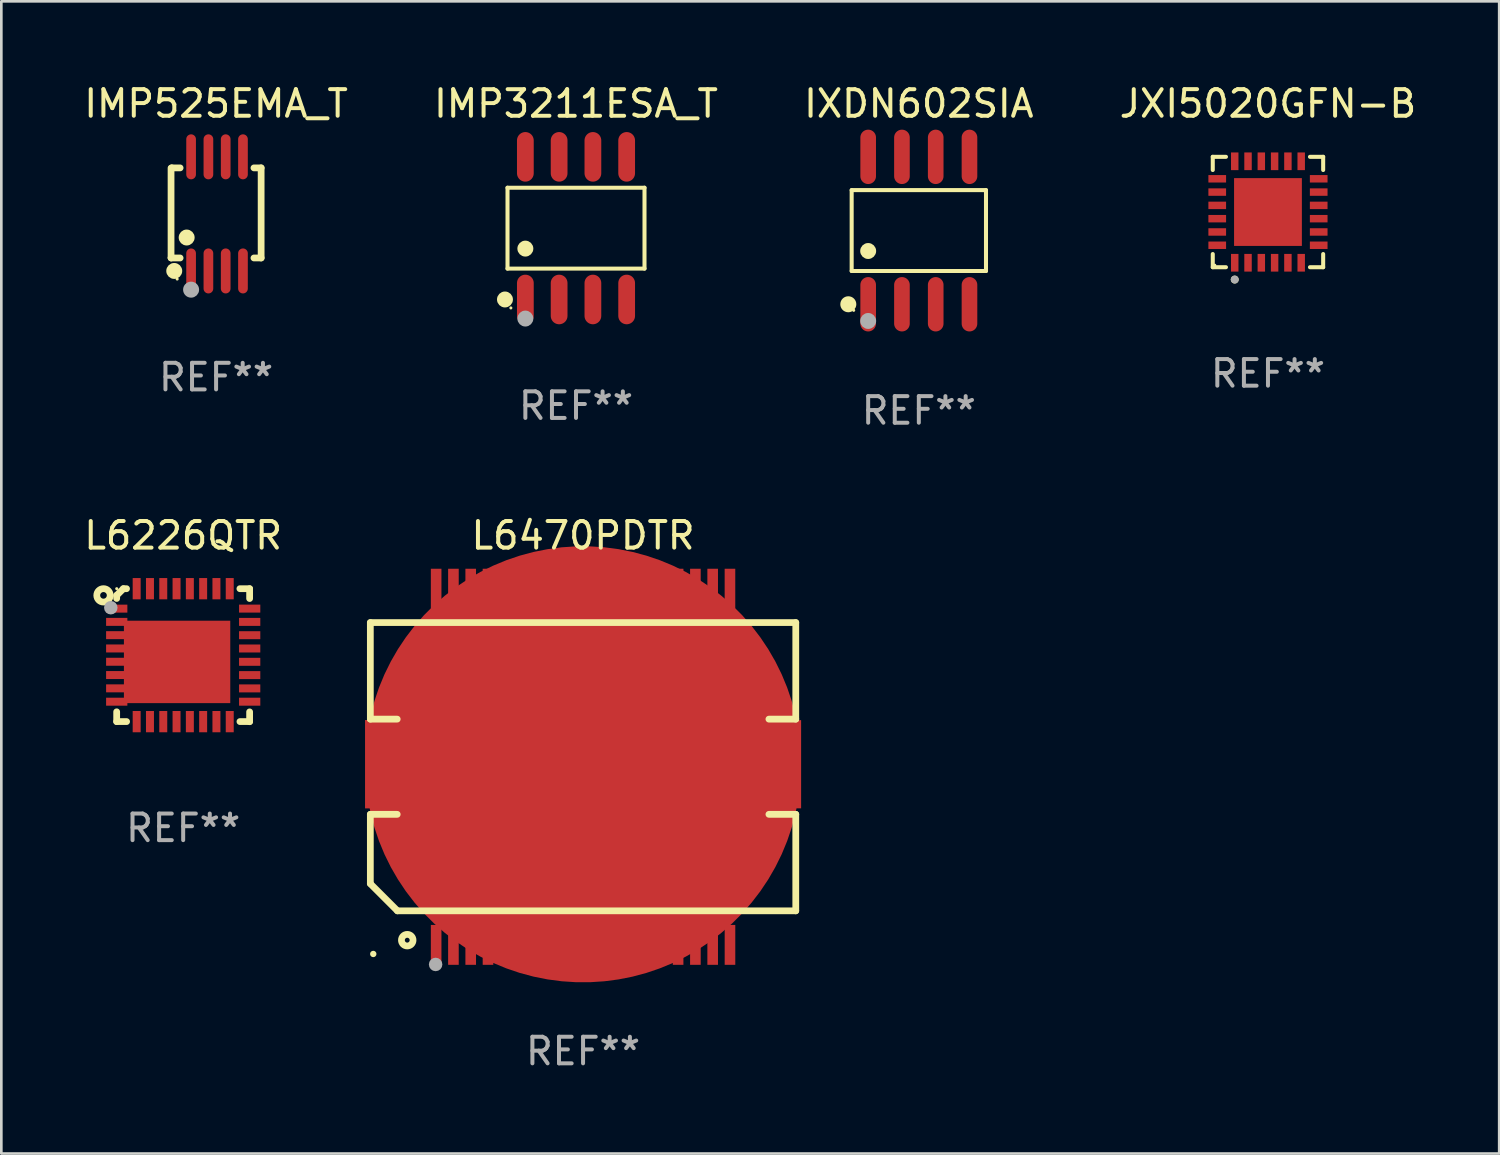
<source format=kicad_pcb>
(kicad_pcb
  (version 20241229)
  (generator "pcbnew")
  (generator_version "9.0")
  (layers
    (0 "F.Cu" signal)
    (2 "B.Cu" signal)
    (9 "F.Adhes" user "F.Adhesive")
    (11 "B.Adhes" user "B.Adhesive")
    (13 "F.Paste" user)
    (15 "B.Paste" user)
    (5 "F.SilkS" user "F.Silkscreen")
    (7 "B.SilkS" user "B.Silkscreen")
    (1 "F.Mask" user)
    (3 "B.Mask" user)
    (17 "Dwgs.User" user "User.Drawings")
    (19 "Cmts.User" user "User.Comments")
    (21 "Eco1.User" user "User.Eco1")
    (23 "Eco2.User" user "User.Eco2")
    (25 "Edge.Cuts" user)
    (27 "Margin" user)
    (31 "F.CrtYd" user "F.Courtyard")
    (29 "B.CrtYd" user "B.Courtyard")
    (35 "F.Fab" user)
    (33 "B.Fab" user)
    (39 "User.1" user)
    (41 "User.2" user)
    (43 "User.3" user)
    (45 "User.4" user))
  (footprint "JXI5020GFN-B"
    (layer "F.Cu")
    (at 44.637 4.924)
    (property "Reference" "JXI5020GFN-B" (at 0 -4.076 0) (layer "F.SilkS") (effects (font (size 1 1) (thickness 0.15))))
    (attr through_hole)
    (fp_line (start -2.076 -2.076) (end -1.58 -2.076) (stroke (width 0.152) (type solid)) (layer "F.SilkS"))
    (fp_line (start -2.076 -1.58) (end -2.076 -2.076) (stroke (width 0.152) (type solid)) (layer "F.SilkS"))
    (fp_line (start -2.076 1.58) (end -2.076 2.076) (stroke (width 0.152) (type solid)) (layer "F.SilkS"))
    (fp_line (start -2.076 2.076) (end -1.58 2.076) (stroke (width 0.152) (type solid)) (layer "F.SilkS"))
    (fp_line (start 2.076 -2.076) (end 1.58 -2.076) (stroke (width 0.152) (type solid)) (layer "F.SilkS"))
    (fp_line (start 2.076 -1.58) (end 2.076 -2.076) (stroke (width 0.152) (type solid)) (layer "F.SilkS"))
    (fp_line (start 2.076 1.58) (end 2.076 2.076) (stroke (width 0.152) (type solid)) (layer "F.SilkS"))
    (fp_line (start 2.076 2.076) (end 1.58 2.076) (stroke (width 0.152) (type solid)) (layer "F.SilkS"))
    (fp_circle (center -2 2) (end -1.97 2) (stroke (width 0.06) (type solid)) (fill no) (layer "F.SilkS"))
    (fp_circle (center -1.25 2.54) (end -1.175 2.54) (stroke (width 0.15) (type solid)) (fill no) (layer "F.SilkS"))
    (fp_circle (center -1.25 2.54) (end -1.175 2.54) (stroke (width 0.15) (type solid)) (fill no) (layer "F.Fab"))
    (fp_text user "REF**" (at 0 6.076 0) (layer "F.Fab") (effects (font (size 1 1) (thickness 0.15))))
    (pad "1" smd rect (at -1.25 1.908) (size 0.28 0.665) (layers "F.Cu" "F.Mask" "F.Paste"))
    (pad "2" smd rect (at -0.75 1.908) (size 0.28 0.665) (layers "F.Cu" "F.Mask" "F.Paste"))
    (pad "3" smd rect (at -0.25 1.908) (size 0.28 0.665) (layers "F.Cu" "F.Mask" "F.Paste"))
    (pad "4" smd rect (at 0.25 1.908) (size 0.28 0.665) (layers "F.Cu" "F.Mask" "F.Paste"))
    (pad "5" smd rect (at 0.75 1.908) (size 0.28 0.665) (layers "F.Cu" "F.Mask" "F.Paste"))
    (pad "6" smd rect (at 1.25 1.908) (size 0.28 0.665) (layers "F.Cu" "F.Mask" "F.Paste"))
    (pad "7" smd rect (at 1.908 1.25) (size 0.665 0.28) (layers "F.Cu" "F.Mask" "F.Paste"))
    (pad "8" smd rect (at 1.908 0.75) (size 0.665 0.28) (layers "F.Cu" "F.Mask" "F.Paste"))
    (pad "9" smd rect (at 1.908 0.25) (size 0.665 0.28) (layers "F.Cu" "F.Mask" "F.Paste"))
    (pad "10" smd rect (at 1.908 -0.25) (size 0.665 0.28) (layers "F.Cu" "F.Mask" "F.Paste"))
    (pad "11" smd rect (at 1.908 -0.75) (size 0.665 0.28) (layers "F.Cu" "F.Mask" "F.Paste"))
    (pad "12" smd rect (at 1.908 -1.25) (size 0.665 0.28) (layers "F.Cu" "F.Mask" "F.Paste"))
    (pad "13" smd rect (at 1.25 -1.908) (size 0.28 0.665) (layers "F.Cu" "F.Mask" "F.Paste"))
    (pad "14" smd rect (at 0.75 -1.908) (size 0.28 0.665) (layers "F.Cu" "F.Mask" "F.Paste"))
    (pad "15" smd rect (at 0.25 -1.908) (size 0.28 0.665) (layers "F.Cu" "F.Mask" "F.Paste"))
    (pad "16" smd rect (at -0.25 -1.908) (size 0.28 0.665) (layers "F.Cu" "F.Mask" "F.Paste"))
    (pad "17" smd rect (at -0.75 -1.908) (size 0.28 0.665) (layers "F.Cu" "F.Mask" "F.Paste"))
    (pad "18" smd rect (at -1.25 -1.908) (size 0.28 0.665) (layers "F.Cu" "F.Mask" "F.Paste"))
    (pad "19" smd rect (at -1.908 -1.25) (size 0.665 0.28) (layers "F.Cu" "F.Mask" "F.Paste"))
    (pad "20" smd rect (at -1.908 -0.75) (size 0.665 0.28) (layers "F.Cu" "F.Mask" "F.Paste"))
    (pad "21" smd rect (at -1.908 -0.25) (size 0.665 0.28) (layers "F.Cu" "F.Mask" "F.Paste"))
    (pad "22" smd rect (at -1.908 0.25) (size 0.665 0.28) (layers "F.Cu" "F.Mask" "F.Paste"))
    (pad "23" smd rect (at -1.908 0.75) (size 0.665 0.28) (layers "F.Cu" "F.Mask" "F.Paste"))
    (pad "24" smd rect (at -1.908 1.25) (size 0.665 0.28) (layers "F.Cu" "F.Mask" "F.Paste"))
    (pad "25" smd rect (at 0 0) (size 2.55 2.55) (layers "F.Cu" "F.Mask" "F.Paste")))
  (footprint "IMP3211ESA_T"
    (layer "F.Cu")
    (at 18.613 5.531)
    (property "Reference" "IMP3211ESA_T" (at 0 -4.682 0) (layer "F.SilkS") (effects (font (size 1 1) (thickness 0.15))))
    (attr through_hole)
    (fp_line (start -2.576 -1.521) (end 2.576 -1.521) (stroke (width 0.152) (type solid)) (layer "F.SilkS"))
    (fp_line (start -2.576 1.521) (end -2.576 -1.521) (stroke (width 0.152) (type solid)) (layer "F.SilkS"))
    (fp_line (start 2.576 -1.521) (end 2.576 1.521) (stroke (width 0.152) (type solid)) (layer "F.SilkS"))
    (fp_line (start 2.576 1.521) (end -2.576 1.521) (stroke (width 0.152) (type solid)) (layer "F.SilkS"))
    (fp_circle (center -2.672 2.682) (end -2.522 2.682) (stroke (width 0.3) (type solid)) (fill no) (layer "F.SilkS"))
    (fp_circle (center -2.45 3) (end -2.42 3) (stroke (width 0.06) (type solid)) (fill no) (layer "F.SilkS"))
    (fp_circle (center -1.905 0.769) (end -1.755 0.769) (stroke (width 0.3) (type solid)) (fill no) (layer "F.SilkS"))
    (fp_circle (center -1.905 3.4) (end -1.755 3.4) (stroke (width 0.3) (type solid)) (fill no) (layer "F.Fab"))
    (fp_text user "REF**" (at 0 6.682 0) (layer "F.Fab") (effects (font (size 1 1) (thickness 0.15))))
    (pad "1" smd oval (at -1.905 2.682) (size 0.63 1.865) (layers "F.Cu" "F.Mask" "F.Paste"))
    (pad "2" smd oval (at -0.635 2.682) (size 0.63 1.865) (layers "F.Cu" "F.Mask" "F.Paste"))
    (pad "3" smd oval (at 0.635 2.682) (size 0.63 1.865) (layers "F.Cu" "F.Mask" "F.Paste"))
    (pad "4" smd oval (at 1.905 2.682) (size 0.63 1.865) (layers "F.Cu" "F.Mask" "F.Paste"))
    (pad "5" smd oval (at 1.905 -2.682) (size 0.63 1.865) (layers "F.Cu" "F.Mask" "F.Paste"))
    (pad "6" smd oval (at 0.635 -2.682) (size 0.63 1.865) (layers "F.Cu" "F.Mask" "F.Paste"))
    (pad "7" smd oval (at -0.635 -2.682) (size 0.63 1.865) (layers "F.Cu" "F.Mask" "F.Paste"))
    (pad "8" smd oval (at -1.905 -2.682) (size 0.63 1.865) (layers "F.Cu" "F.Mask" "F.Paste")))
  (footprint "L6226QTR"
    (layer "F.Cu")
    (at 3.839 21.591)
    (property "Reference" "L6226QTR" (at 0 -4.501 0) (layer "F.SilkS") (effects (font (size 1 1) (thickness 0.15))))
    (attr through_hole)
    (fp_line (start -2.501 -2.133) (end -2.501 -2.251) (stroke (width 0.254) (type solid)) (layer "F.SilkS"))
    (fp_line (start -2.501 2.497) (end -2.501 2.129) (stroke (width 0.254) (type solid)) (layer "F.SilkS"))
    (fp_line (start -2.501 2.497) (end -2.128 2.497) (stroke (width 0.254) (type solid)) (layer "F.SilkS"))
    (fp_line (start -2.249 -2.501) (end -2.499 -2.251) (stroke (width 0.254) (type solid)) (layer "F.SilkS"))
    (fp_line (start -2.13 -2.501) (end -2.249 -2.501) (stroke (width 0.254) (type solid)) (layer "F.SilkS"))
    (fp_line (start 2.135 2.497) (end 2.499 2.497) (stroke (width 0.254) (type solid)) (layer "F.SilkS"))
    (fp_line (start 2.499 -2.501) (end 2.133 -2.501) (stroke (width 0.254) (type solid)) (layer "F.SilkS"))
    (fp_line (start 2.499 -2.501) (end 2.499 -2.131) (stroke (width 0.254) (type solid)) (layer "F.SilkS"))
    (fp_line (start 2.499 2.132) (end 2.499 2.501) (stroke (width 0.254) (type solid)) (layer "F.SilkS"))
    (fp_circle (center -2.997 -2.25) (end -2.872 -2.25) (stroke (width 0.254) (type solid)) (fill no) (layer "F.SilkS"))
    (fp_circle (center -2.499 -2.501) (end -2.469 -2.501) (stroke (width 0.06) (type solid)) (fill no) (layer "F.SilkS"))
    (fp_circle (center -2.722 -1.786) (end -2.595 -1.786) (stroke (width 0.254) (type solid)) (fill no) (layer "F.Fab"))
    (fp_text user "REF**" (at 0 6.501 0) (layer "F.Fab") (effects (font (size 1 1) (thickness 0.15))))
    (pad "1" smd rect (at -2.499 -1.751 90) (size 0.3 0.8) (layers "F.Cu" "F.Mask" "F.Paste"))
    (pad "2" smd rect (at -2.499 -1.253 90) (size 0.3 0.8) (layers "F.Cu" "F.Mask" "F.Paste"))
    (pad "3" smd rect (at -2.499 -0.753 90) (size 0.3 0.8) (layers "F.Cu" "F.Mask" "F.Paste"))
    (pad "4" smd rect (at -2.499 -0.253 90) (size 0.3 0.8) (layers "F.Cu" "F.Mask" "F.Paste"))
    (pad "5" smd rect (at -2.499 0.247 90) (size 0.3 0.8) (layers "F.Cu" "F.Mask" "F.Paste"))
    (pad "6" smd rect (at -2.499 0.747 90) (size 0.3 0.8) (layers "F.Cu" "F.Mask" "F.Paste"))
    (pad "7" smd rect (at -2.499 1.247 90) (size 0.3 0.8) (layers "F.Cu" "F.Mask" "F.Paste"))
    (pad "8" smd rect (at -2.499 1.749 90) (size 0.3 0.8) (layers "F.Cu" "F.Mask" "F.Paste"))
    (pad "9" smd rect (at -1.749 2.499 180) (size 0.3 0.8) (layers "F.Cu" "F.Mask" "F.Paste"))
    (pad "10" smd rect (at -1.249 2.499 180) (size 0.3 0.8) (layers "F.Cu" "F.Mask" "F.Paste"))
    (pad "11" smd rect (at -0.749 2.499 180) (size 0.3 0.8) (layers "F.Cu" "F.Mask" "F.Paste"))
    (pad "12" smd rect (at -0.249 2.499 180) (size 0.3 0.8) (layers "F.Cu" "F.Mask" "F.Paste"))
    (pad "13" smd rect (at 0.251 2.499 180) (size 0.3 0.8) (layers "F.Cu" "F.Mask" "F.Paste"))
    (pad "14" smd rect (at 0.751 2.499 180) (size 0.3 0.8) (layers "F.Cu" "F.Mask" "F.Paste"))
    (pad "15" smd rect (at 1.251 2.499 180) (size 0.3 0.8) (layers "F.Cu" "F.Mask" "F.Paste"))
    (pad "16" smd rect (at 1.751 2.499 180) (size 0.3 0.8) (layers "F.Cu" "F.Mask" "F.Paste"))
    (pad "17" smd rect (at 2.501 1.749 270) (size 0.3 0.8) (layers "F.Cu" "F.Mask" "F.Paste"))
    (pad "18" smd rect (at 2.501 1.249 270) (size 0.3 0.8) (layers "F.Cu" "F.Mask" "F.Paste"))
    (pad "19" smd rect (at 2.501 0.749 270) (size 0.3 0.8) (layers "F.Cu" "F.Mask" "F.Paste"))
    (pad "20" smd rect (at 2.501 0.249 270) (size 0.3 0.8) (layers "F.Cu" "F.Mask" "F.Paste"))
    (pad "21" smd rect (at 2.501 -0.252 270) (size 0.3 0.8) (layers "F.Cu" "F.Mask" "F.Paste"))
    (pad "22" smd rect (at 2.501 -0.752 270) (size 0.3 0.8) (layers "F.Cu" "F.Mask" "F.Paste"))
    (pad "23" smd rect (at 2.501 -1.252 270) (size 0.3 0.8) (layers "F.Cu" "F.Mask" "F.Paste"))
    (pad "24" smd rect (at 2.501 -1.752 270) (size 0.3 0.8) (layers "F.Cu" "F.Mask" "F.Paste"))
    (pad "25" smd rect (at 1.751 -2.501) (size 0.3 0.8) (layers "F.Cu" "F.Mask" "F.Paste"))
    (pad "26" smd rect (at 1.251 -2.501) (size 0.3 0.8) (layers "F.Cu" "F.Mask" "F.Paste"))
    (pad "27" smd rect (at 0.751 -2.501) (size 0.3 0.8) (layers "F.Cu" "F.Mask" "F.Paste"))
    (pad "28" smd rect (at 0.251 -2.501) (size 0.3 0.8) (layers "F.Cu" "F.Mask" "F.Paste"))
    (pad "29" smd rect (at -0.249 -2.501) (size 0.3 0.8) (layers "F.Cu" "F.Mask" "F.Paste"))
    (pad "30" smd rect (at -0.749 -2.501) (size 0.3 0.8) (layers "F.Cu" "F.Mask" "F.Paste"))
    (pad "31" smd rect (at -1.249 -2.501) (size 0.3 0.8) (layers "F.Cu" "F.Mask" "F.Paste"))
    (pad "32" smd rect (at -1.749 -2.501) (size 0.3 0.8) (layers "F.Cu" "F.Mask" "F.Paste"))
    (pad "33" smd rect (at -0.229 0.253 90) (size 3.1 4) (layers "F.Cu" "F.Mask" "F.Paste")))
  (footprint "IMP525EMA_T"
    (layer "F.Cu")
    (at 5.077 4.994)
    (property "Reference" "IMP525EMA_T" (at 0 -4.146 0) (layer "F.SilkS") (effects (font (size 1 1) (thickness 0.15))))
    (attr through_hole)
    (fp_line (start -1.694 -1.724) (end -1.694 1.652) (stroke (width 0.254) (type solid)) (layer "F.SilkS"))
    (fp_line (start -1.694 1.652) (end -1.688 1.658) (stroke (width 0.254) (type solid)) (layer "F.SilkS"))
    (fp_line (start -1.688 1.658) (end -1.353 1.658) (stroke (width 0.254) (type solid)) (layer "F.SilkS"))
    (fp_line (start -1.661 -1.73) (end -1.681 -1.71) (stroke (width 0.254) (type solid)) (layer "F.SilkS"))
    (fp_line (start -1.353 -1.73) (end -1.661 -1.73) (stroke (width 0.254) (type solid)) (layer "F.SilkS"))
    (fp_line (start 1.424 1.658) (end 1.694 1.658) (stroke (width 0.254) (type solid)) (layer "F.SilkS"))
    (fp_line (start 1.694 -1.73) (end 1.424 -1.73) (stroke (width 0.254) (type solid)) (layer "F.SilkS"))
    (fp_line (start 1.694 1.658) (end 1.694 -1.73) (stroke (width 0.254) (type solid)) (layer "F.SilkS"))
    (fp_circle (center -1.574 2.146) (end -1.424 2.146) (stroke (width 0.3) (type solid)) (fill no) (layer "F.SilkS"))
    (fp_circle (center -1.464 2.45) (end -1.434 2.45) (stroke (width 0.06) (type solid)) (fill no) (layer "F.SilkS"))
    (fp_circle (center -1.107 0.889) (end -0.957 0.889) (stroke (width 0.3) (type solid)) (fill no) (layer "F.SilkS"))
    (fp_circle (center -0.94 2.85) (end -0.789 2.85) (stroke (width 0.3) (type solid)) (fill no) (layer "F.Fab"))
    (fp_text user "REF**" (at 0 6.146 0) (layer "F.Fab") (effects (font (size 1 1) (thickness 0.15))))
    (pad "1" smd oval (at -0.94 2.146) (size 0.364 1.692) (layers "F.Cu" "F.Mask" "F.Paste"))
    (pad "2" smd oval (at -0.289 2.146) (size 0.364 1.692) (layers "F.Cu" "F.Mask" "F.Paste"))
    (pad "3" smd oval (at 0.361 2.146) (size 0.364 1.692) (layers "F.Cu" "F.Mask" "F.Paste"))
    (pad "4" smd oval (at 1.011 2.146) (size 0.364 1.692) (layers "F.Cu" "F.Mask" "F.Paste"))
    (pad "5" smd oval (at 1.011 -2.146) (size 0.364 1.692) (layers "F.Cu" "F.Mask" "F.Paste"))
    (pad "6" smd oval (at 0.361 -2.146) (size 0.364 1.692) (layers "F.Cu" "F.Mask" "F.Paste"))
    (pad "7" smd oval (at -0.289 -2.146) (size 0.364 1.692) (layers "F.Cu" "F.Mask" "F.Paste"))
    (pad "8" smd oval (at -0.94 -2.146) (size 0.364 1.692) (layers "F.Cu" "F.Mask" "F.Paste")))
  (footprint "IXDN602SIA"
    (layer "F.Cu")
    (at 31.506 5.621)
    (property "Reference" "IXDN602SIA" (at 0 -4.772 0) (layer "F.SilkS") (effects (font (size 1 1) (thickness 0.15))))
    (attr through_hole)
    (fp_line (start -2.526 -1.521) (end 2.526 -1.521) (stroke (width 0.152) (type solid)) (layer "F.SilkS"))
    (fp_line (start -2.526 1.521) (end -2.526 -1.521) (stroke (width 0.152) (type solid)) (layer "F.SilkS"))
    (fp_line (start 2.526 -1.521) (end 2.526 1.521) (stroke (width 0.152) (type solid)) (layer "F.SilkS"))
    (fp_line (start 2.526 1.521) (end -2.526 1.521) (stroke (width 0.152) (type solid)) (layer "F.SilkS"))
    (fp_circle (center -2.652 2.772) (end -2.501 2.772) (stroke (width 0.3) (type solid)) (fill no) (layer "F.SilkS"))
    (fp_circle (center -2.45 3) (end -2.42 3) (stroke (width 0.06) (type solid)) (fill no) (layer "F.SilkS"))
    (fp_circle (center -1.905 0.769) (end -1.755 0.769) (stroke (width 0.3) (type solid)) (fill no) (layer "F.SilkS"))
    (fp_circle (center -1.905 3.4) (end -1.755 3.4) (stroke (width 0.3) (type solid)) (fill no) (layer "F.Fab"))
    (fp_text user "REF**" (at 0 6.772 0) (layer "F.Fab") (effects (font (size 1 1) (thickness 0.15))))
    (pad "1" smd oval (at -1.905 2.772) (size 0.588 2.045) (layers "F.Cu" "F.Mask" "F.Paste"))
    (pad "2" smd oval (at -0.635 2.772) (size 0.588 2.045) (layers "F.Cu" "F.Mask" "F.Paste"))
    (pad "3" smd oval (at 0.635 2.772) (size 0.588 2.045) (layers "F.Cu" "F.Mask" "F.Paste"))
    (pad "4" smd oval (at 1.905 2.772) (size 0.588 2.045) (layers "F.Cu" "F.Mask" "F.Paste"))
    (pad "5" smd oval (at 1.905 -2.772) (size 0.588 2.045) (layers "F.Cu" "F.Mask" "F.Paste"))
    (pad "6" smd oval (at 0.635 -2.772) (size 0.588 2.045) (layers "F.Cu" "F.Mask" "F.Paste"))
    (pad "7" smd oval (at -0.635 -2.772) (size 0.588 2.045) (layers "F.Cu" "F.Mask" "F.Paste"))
    (pad "8" smd oval (at -1.905 -2.772) (size 0.588 2.045) (layers "F.Cu" "F.Mask" "F.Paste")))
  (footprint "L6470PDTR"
    (layer "F.Cu")
    (at 18.878 25.788)
    (property "Reference" "L6470PDTR" (at 0 -8.698 0) (layer "F.SilkS") (effects (font (size 1 1) (thickness 0.15))))
    (attr through_hole)
    (fp_line (start -8.001 4.397) (end -6.98 5.418) (stroke (width 0.254) (type solid)) (layer "F.SilkS"))
    (fp_line (start -8 -5.423) (end -8 -1.792) (stroke (width 0.254) (type solid)) (layer "F.SilkS"))
    (fp_line (start -8 -5.423) (end 8 -5.423) (stroke (width 0.254) (type solid)) (layer "F.SilkS"))
    (fp_line (start -8 -1.792) (end -6.989 -1.792) (stroke (width 0.254) (type solid)) (layer "F.SilkS"))
    (fp_line (start -8 1.788) (end -6.989 1.788) (stroke (width 0.254) (type solid)) (layer "F.SilkS"))
    (fp_line (start -8 1.788) (end -8 4.387) (stroke (width 0.254) (type solid)) (layer "F.SilkS"))
    (fp_line (start -6.98 5.418) (end 8 5.418) (stroke (width 0.254) (type solid)) (layer "F.SilkS"))
    (fp_line (start 6.99 -1.792) (end 8.001 -1.792) (stroke (width 0.254) (type solid)) (layer "F.SilkS"))
    (fp_line (start 6.99 1.788) (end 8.001 1.788) (stroke (width 0.254) (type solid)) (layer "F.SilkS"))
    (fp_line (start 8 -5.423) (end 8 -1.793) (stroke (width 0.254) (type solid)) (layer "F.SilkS"))
    (fp_line (start 8 1.788) (end 8 5.417) (stroke (width 0.254) (type solid)) (layer "F.SilkS"))
    (fp_circle (center -7.89 7.04) (end -7.83 7.04) (stroke (width 0.12) (type solid)) (fill no) (layer "F.SilkS"))
    (fp_circle (center -6.612 6.521) (end -6.394 6.521) (stroke (width 0.254) (type solid)) (fill no) (layer "F.SilkS"))
    (fp_circle (center -5.545 7.434) (end -5.418 7.434) (stroke (width 0.254) (type solid)) (fill no) (layer "F.Fab"))
    (fp_text user "REF**" (at 0 10.698 0) (layer "F.Fab") (effects (font (size 1 1) (thickness 0.15))))
    (pad "1" smd rect (at -5.525 6.698) (size 0.399 1.5) (layers "F.Cu" "F.Mask" "F.Paste"))
    (pad "2" smd rect (at -4.875 6.698) (size 0.399 1.5) (layers "F.Cu" "F.Mask" "F.Paste"))
    (pad "3" smd rect (at -4.225 6.698) (size 0.399 1.5) (layers "F.Cu" "F.Mask" "F.Paste"))
    (pad "4" smd rect (at -3.575 6.698) (size 0.399 1.5) (layers "F.Cu" "F.Mask" "F.Paste"))
    (pad "5" smd rect (at -2.925 6.698) (size 0.399 1.5) (layers "F.Cu" "F.Mask" "F.Paste"))
    (pad "6" smd rect (at -2.275 6.698) (size 0.399 1.5) (layers "F.Cu" "F.Mask" "F.Paste"))
    (pad "7" smd rect (at -1.625 6.698) (size 0.399 1.5) (layers "F.Cu" "F.Mask" "F.Paste"))
    (pad "8" smd rect (at -0.975 6.698) (size 0.399 1.5) (layers "F.Cu" "F.Mask" "F.Paste"))
    (pad "9" smd rect (at -0.325 6.698) (size 0.399 1.5) (layers "F.Cu" "F.Mask" "F.Paste"))
    (pad "10" smd rect (at 0.325 6.698) (size 0.399 1.5) (layers "F.Cu" "F.Mask" "F.Paste"))
    (pad "11" smd rect (at 0.975 6.698) (size 0.399 1.5) (layers "F.Cu" "F.Mask" "F.Paste"))
    (pad "12" smd rect (at 1.625 6.698) (size 0.399 1.5) (layers "F.Cu" "F.Mask" "F.Paste"))
    (pad "13" smd rect (at 2.275 6.698) (size 0.399 1.5) (layers "F.Cu" "F.Mask" "F.Paste"))
    (pad "14" smd rect (at 2.925 6.698) (size 0.399 1.5) (layers "F.Cu" "F.Mask" "F.Paste"))
    (pad "15" smd rect (at 3.575 6.698) (size 0.399 1.5) (layers "F.Cu" "F.Mask" "F.Paste"))
    (pad "16" smd rect (at 4.225 6.698) (size 0.399 1.5) (layers "F.Cu" "F.Mask" "F.Paste"))
    (pad "17" smd rect (at 4.875 6.698) (size 0.399 1.5) (layers "F.Cu" "F.Mask" "F.Paste"))
    (pad "18" smd rect (at 5.526 6.698) (size 0.399 1.5) (layers "F.Cu" "F.Mask" "F.Paste"))
    (pad "19" smd rect (at 5.525 -6.698 180) (size 0.399 1.5) (layers "F.Cu" "F.Mask" "F.Paste"))
    (pad "20" smd rect (at 4.875 -6.698 180) (size 0.399 1.5) (layers "F.Cu" "F.Mask" "F.Paste"))
    (pad "21" smd rect (at 4.225 -6.698 180) (size 0.399 1.5) (layers "F.Cu" "F.Mask" "F.Paste"))
    (pad "22" smd rect (at 3.575 -6.698 180) (size 0.399 1.5) (layers "F.Cu" "F.Mask" "F.Paste"))
    (pad "23" smd rect (at 2.925 -6.698 180) (size 0.399 1.5) (layers "F.Cu" "F.Mask" "F.Paste"))
    (pad "24" smd rect (at 2.275 -6.698 180) (size 0.399 1.5) (layers "F.Cu" "F.Mask" "F.Paste"))
    (pad "25" smd rect (at 1.625 -6.698 180) (size 0.399 1.5) (layers "F.Cu" "F.Mask" "F.Paste"))
    (pad "26" smd rect (at 0.975 -6.698 180) (size 0.399 1.5) (layers "F.Cu" "F.Mask" "F.Paste"))
    (pad "27" smd rect (at 0.325 -6.698 180) (size 0.399 1.5) (layers "F.Cu" "F.Mask" "F.Paste"))
    (pad "28" smd rect (at -0.325 -6.698 180) (size 0.399 1.5) (layers "F.Cu" "F.Mask" "F.Paste"))
    (pad "29" smd rect (at -0.975 -6.698 180) (size 0.399 1.5) (layers "F.Cu" "F.Mask" "F.Paste"))
    (pad "30" smd rect (at -1.625 -6.698 180) (size 0.399 1.5) (layers "F.Cu" "F.Mask" "F.Paste"))
    (pad "31" smd rect (at -2.275 -6.698 180) (size 0.399 1.5) (layers "F.Cu" "F.Mask" "F.Paste"))
    (pad "32" smd rect (at -2.925 -6.698 180) (size 0.399 1.5) (layers "F.Cu" "F.Mask" "F.Paste"))
    (pad "33" smd rect (at -3.575 -6.698 180) (size 0.399 1.5) (layers "F.Cu" "F.Mask" "F.Paste"))
    (pad "34" smd rect (at -4.225 -6.698 180) (size 0.399 1.5) (layers "F.Cu" "F.Mask" "F.Paste"))
    (pad "35" smd rect (at -4.875 -6.698 180) (size 0.399 1.5) (layers "F.Cu" "F.Mask" "F.Paste"))
    (pad "36" smd rect (at -5.525 -6.698 180) (size 0.399 1.5) (layers "F.Cu" "F.Mask" "F.Paste"))
    (pad "37" smd custom (at 0.001 -0.094) (size 16.4 6.202) (layers "F.Cu" "F.Mask" "F.Paste") (options (anchor circle)) (primitives (gr_poly (pts (xy -8.2 1.658) (xy -4.979 1.671) (xy -4.972 1.664) (xy -4.972 3.094) (xy -4.979 3.101) (xy 5.025 3.101) (xy 5.035 3.091) (xy 5.035 1.666) (xy 5.045 1.656) (xy 8.2 1.656) (xy 8.2 1.66) (xy 8.2 -1.655) (xy 8.2 -1.66) (xy 5.048 -1.66) (xy 5.039 -1.669) (xy 5.039 -3.095) (xy 5.033 -3.101) (xy -4.987 -3.101) (xy -4.987 -1.671) (xy -4.992 -1.666) (xy -8.2 -1.666) (xy -8.2 -1.666) (xy -8.2 -1.39) (xy -8.2 -1.283)) (width 0) (fill yes)))))
  (gr_rect
    (start -3 -3)
    (end 53.333 40.334)
    (stroke (width 0.1) (type default))
    (fill no)
    (layer "Edge.Cuts")))
</source>
